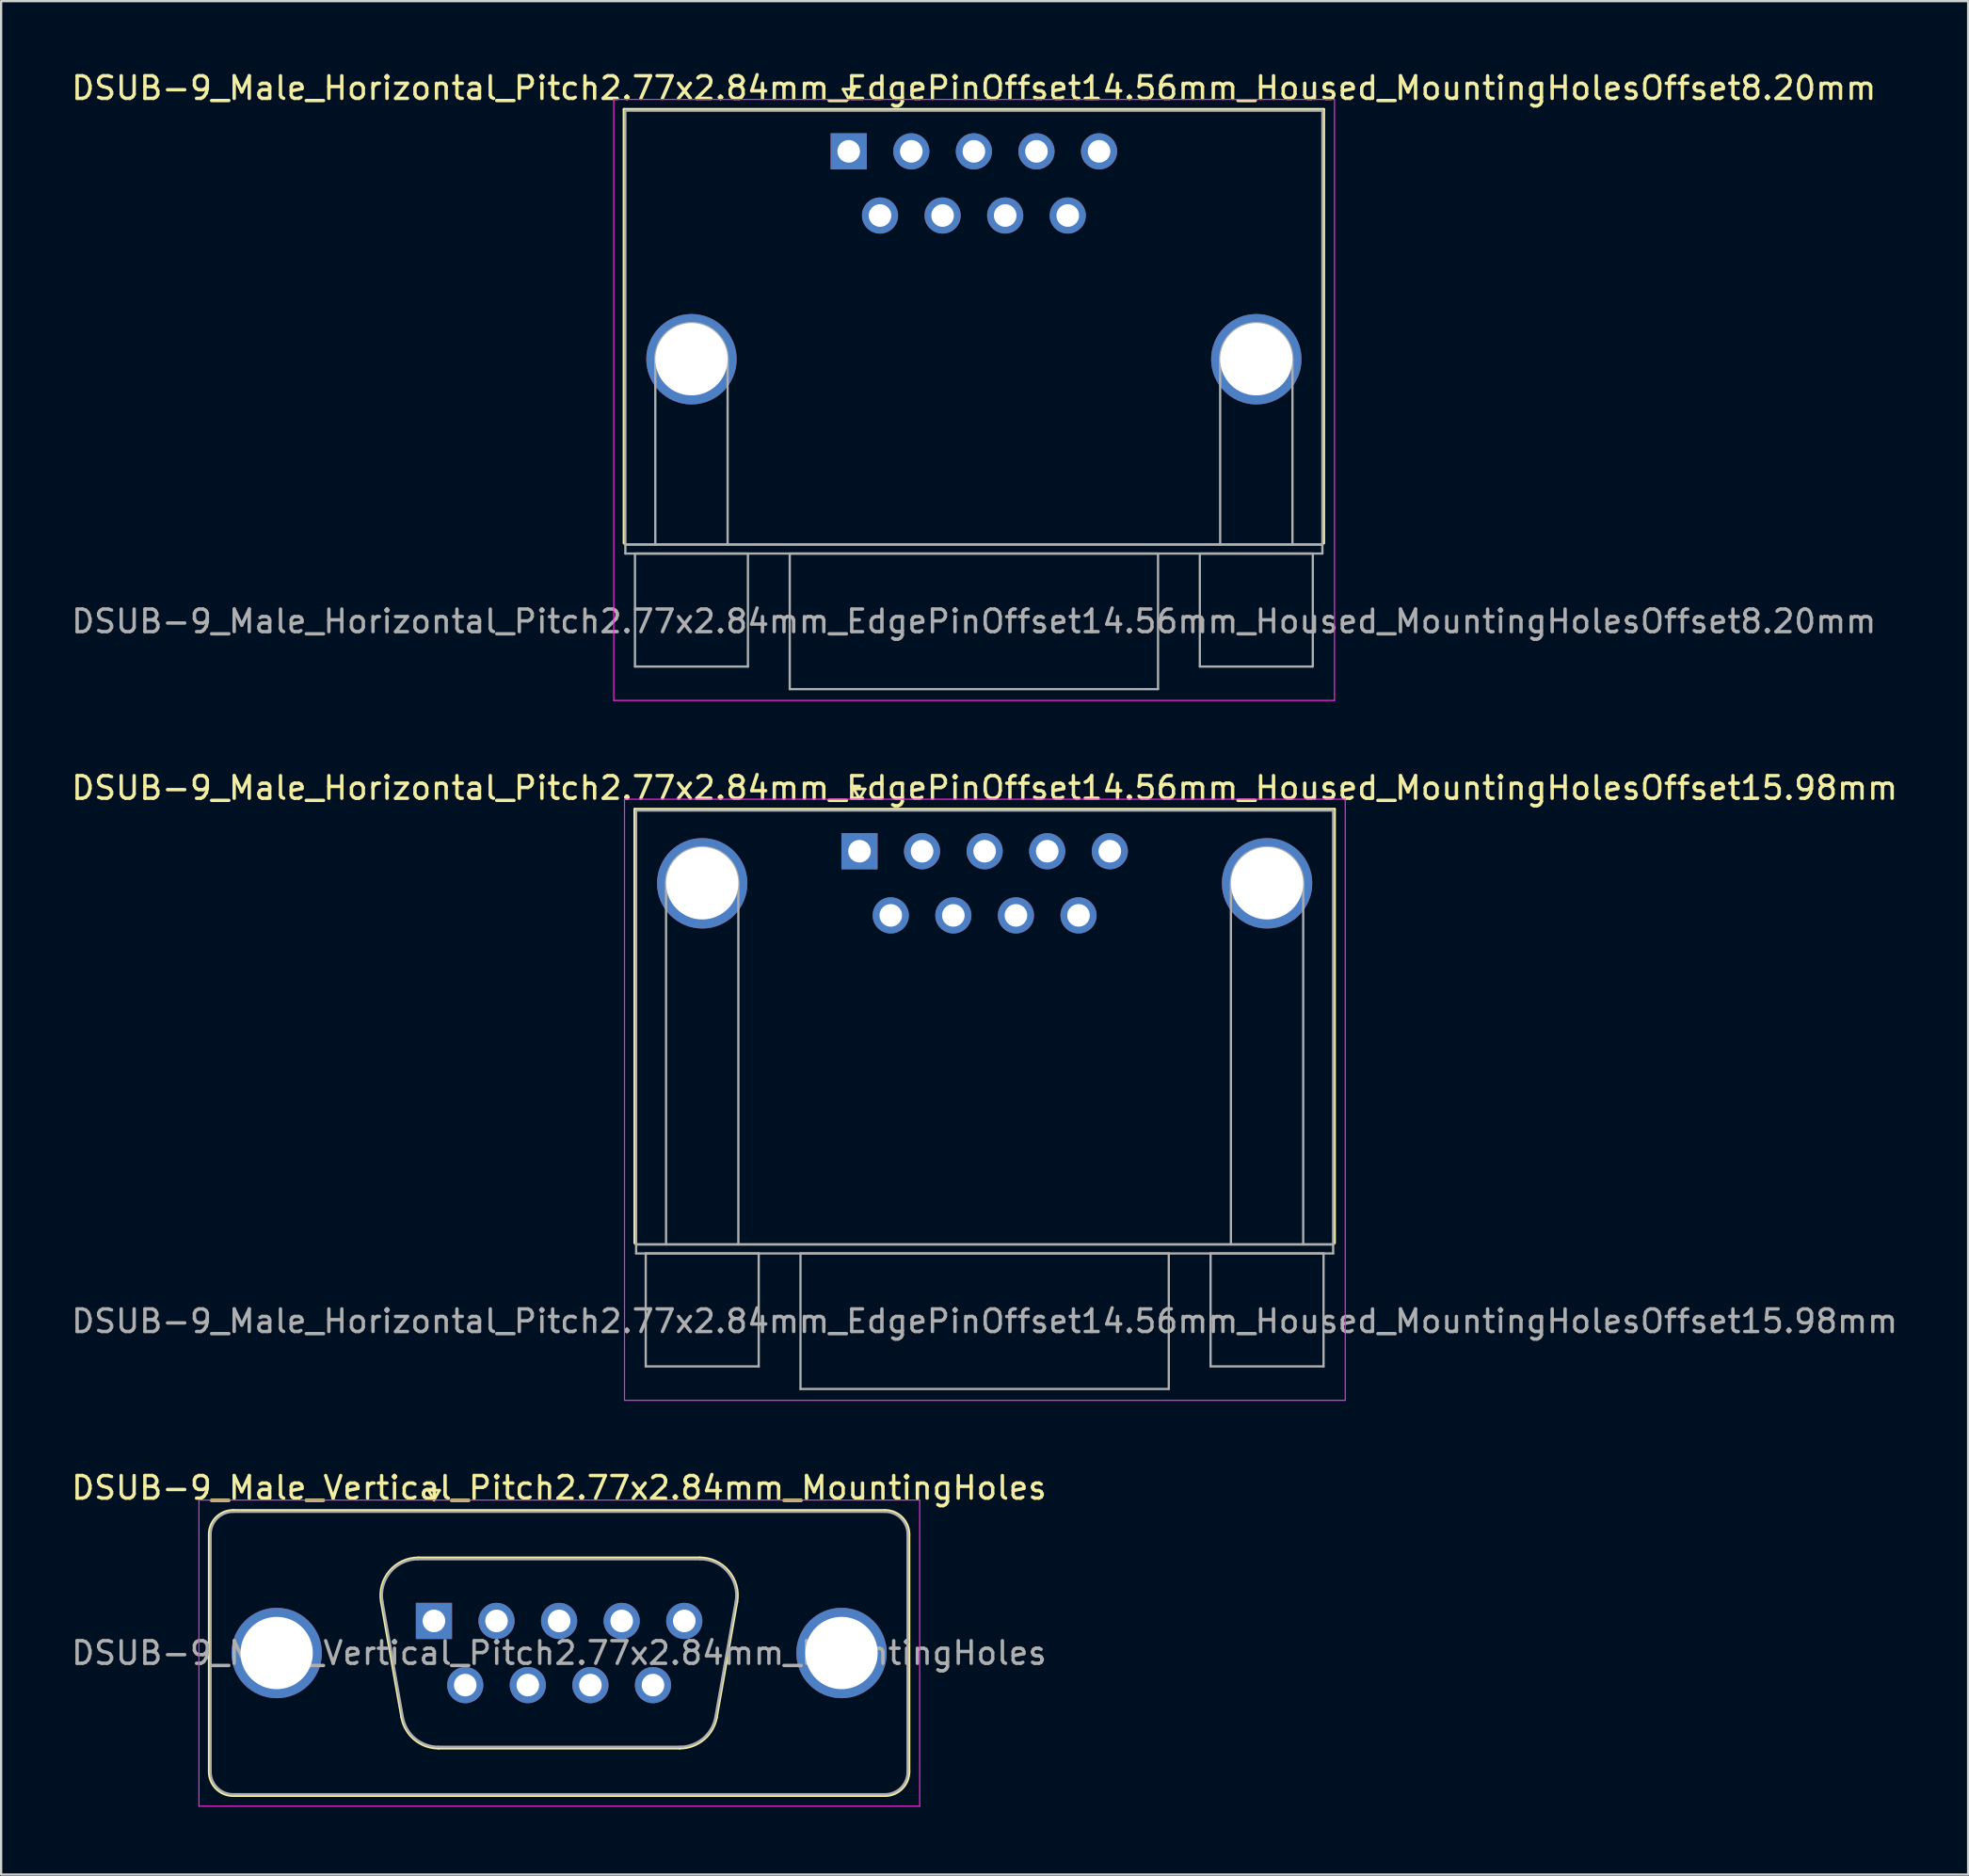
<source format=kicad_pcb>
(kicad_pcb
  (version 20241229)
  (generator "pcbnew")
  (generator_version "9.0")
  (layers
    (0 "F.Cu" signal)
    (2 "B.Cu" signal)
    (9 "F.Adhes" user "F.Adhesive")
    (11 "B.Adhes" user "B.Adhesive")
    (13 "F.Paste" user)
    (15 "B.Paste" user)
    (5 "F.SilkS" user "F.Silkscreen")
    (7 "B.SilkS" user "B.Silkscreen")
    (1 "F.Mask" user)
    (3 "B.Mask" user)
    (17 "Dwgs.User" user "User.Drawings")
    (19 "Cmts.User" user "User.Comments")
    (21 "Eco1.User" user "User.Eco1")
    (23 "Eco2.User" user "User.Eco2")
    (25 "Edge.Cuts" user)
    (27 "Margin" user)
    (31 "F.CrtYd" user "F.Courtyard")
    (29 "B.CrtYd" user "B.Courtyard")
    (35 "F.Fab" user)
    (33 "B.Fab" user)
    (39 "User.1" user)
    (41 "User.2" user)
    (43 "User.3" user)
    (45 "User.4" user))
  (footprint "DSUB-9_Male_Horizontal_Pitch2.77x2.84mm_EdgePinOffset14.56mm_Housed_MountingHolesOffset8.20mm"
    (layer "F.Cu")
    (at 34.514 3.648)
    (property "Reference" "DSUB-9_Male_Horizontal_Pitch2.77x2.84mm_EdgePinOffset14.56mm_Housed_MountingHolesOffset8.20mm" (at 5.54 -2.8 0) (layer "F.SilkS") (effects (font (size 1 1) (thickness 0.15))))
    (attr through_hole)
    (fp_line (start -9.945 -1.86) (end 21.025 -1.86) (stroke (width 0.12) (type solid)) (layer "F.SilkS"))
    (fp_line (start -9.945 17.34) (end -9.945 -1.86) (stroke (width 0.12) (type solid)) (layer "F.SilkS"))
    (fp_line (start -0.25 -2.754) (end 0.25 -2.754) (stroke (width 0.12) (type solid)) (layer "F.SilkS"))
    (fp_line (start 0 -2.321) (end -0.25 -2.754) (stroke (width 0.12) (type solid)) (layer "F.SilkS"))
    (fp_line (start 0.25 -2.754) (end 0 -2.321) (stroke (width 0.12) (type solid)) (layer "F.SilkS"))
    (fp_line (start 21.025 -1.86) (end 21.025 17.34) (stroke (width 0.12) (type solid)) (layer "F.SilkS"))
    (fp_line (start -10.4 -2.3) (end -10.4 24.3) (stroke (width 0.05) (type solid)) (layer "F.CrtYd"))
    (fp_line (start -10.4 24.3) (end 21.5 24.3) (stroke (width 0.05) (type solid)) (layer "F.CrtYd"))
    (fp_line (start 21.5 -2.3) (end -10.4 -2.3) (stroke (width 0.05) (type solid)) (layer "F.CrtYd"))
    (fp_line (start 21.5 24.3) (end 21.5 -2.3) (stroke (width 0.05) (type solid)) (layer "F.CrtYd"))
    (fp_line (start -9.885 -1.8) (end -9.885 17.4) (stroke (width 0.1) (type solid)) (layer "F.Fab"))
    (fp_line (start -9.885 17.4) (end -9.885 17.8) (stroke (width 0.1) (type solid)) (layer "F.Fab"))
    (fp_line (start -9.885 17.4) (end 20.965 17.4) (stroke (width 0.1) (type solid)) (layer "F.Fab"))
    (fp_line (start -9.885 17.8) (end 20.965 17.8) (stroke (width 0.1) (type solid)) (layer "F.Fab"))
    (fp_line (start -9.46 17.8) (end -9.46 22.8) (stroke (width 0.1) (type solid)) (layer "F.Fab"))
    (fp_line (start -9.46 22.8) (end -4.46 22.8) (stroke (width 0.1) (type solid)) (layer "F.Fab"))
    (fp_line (start -8.56 17.4) (end -8.56 9.2) (stroke (width 0.1) (type solid)) (layer "F.Fab"))
    (fp_line (start -5.36 17.4) (end -5.36 9.2) (stroke (width 0.1) (type solid)) (layer "F.Fab"))
    (fp_line (start -4.46 17.8) (end -9.46 17.8) (stroke (width 0.1) (type solid)) (layer "F.Fab"))
    (fp_line (start -4.46 22.8) (end -4.46 17.8) (stroke (width 0.1) (type solid)) (layer "F.Fab"))
    (fp_line (start -2.61 17.8) (end -2.61 23.8) (stroke (width 0.1) (type solid)) (layer "F.Fab"))
    (fp_line (start -2.61 23.8) (end 13.69 23.8) (stroke (width 0.1) (type solid)) (layer "F.Fab"))
    (fp_line (start 13.69 17.8) (end -2.61 17.8) (stroke (width 0.1) (type solid)) (layer "F.Fab"))
    (fp_line (start 13.69 23.8) (end 13.69 17.8) (stroke (width 0.1) (type solid)) (layer "F.Fab"))
    (fp_line (start 15.54 17.8) (end 15.54 22.8) (stroke (width 0.1) (type solid)) (layer "F.Fab"))
    (fp_line (start 15.54 22.8) (end 20.54 22.8) (stroke (width 0.1) (type solid)) (layer "F.Fab"))
    (fp_line (start 16.44 17.4) (end 16.44 9.2) (stroke (width 0.1) (type solid)) (layer "F.Fab"))
    (fp_line (start 19.64 17.4) (end 19.64 9.2) (stroke (width 0.1) (type solid)) (layer "F.Fab"))
    (fp_line (start 20.54 17.8) (end 15.54 17.8) (stroke (width 0.1) (type solid)) (layer "F.Fab"))
    (fp_line (start 20.54 22.8) (end 20.54 17.8) (stroke (width 0.1) (type solid)) (layer "F.Fab"))
    (fp_line (start 20.965 -1.8) (end -9.885 -1.8) (stroke (width 0.1) (type solid)) (layer "F.Fab"))
    (fp_line (start 20.965 17.4) (end -9.885 17.4) (stroke (width 0.1) (type solid)) (layer "F.Fab"))
    (fp_line (start 20.965 17.4) (end 20.965 -1.8) (stroke (width 0.1) (type solid)) (layer "F.Fab"))
    (fp_line (start 20.965 17.8) (end 20.965 17.4) (stroke (width 0.1) (type solid)) (layer "F.Fab"))
    (fp_arc (start -8.56 9.2) (mid -6.96 7.6) (end -5.36 9.2) (stroke (width 0.1) (type solid)) (layer "F.Fab"))
    (fp_arc (start 16.44 9.2) (mid 18.04 7.6) (end 19.64 9.2) (stroke (width 0.1) (type solid)) (layer "F.Fab"))
    (fp_text user "${REFERENCE}" (at 5.54 20.8 0) (layer "F.Fab") (effects (font (size 1 1) (thickness 0.15))))
    (pad "0" thru_hole circle (at -6.96 9.2) (size 4 4) (drill 3.2) (layers "*.Cu" "*.Mask"))
    (pad "0" thru_hole circle (at 18.04 9.2) (size 4 4) (drill 3.2) (layers "*.Cu" "*.Mask"))
    (pad "1" thru_hole rect (at 0 0) (size 1.6 1.6) (drill 1) (layers "*.Cu" "*.Mask"))
    (pad "2" thru_hole circle (at 2.77 0) (size 1.6 1.6) (drill 1) (layers "*.Cu" "*.Mask"))
    (pad "3" thru_hole circle (at 5.54 0) (size 1.6 1.6) (drill 1) (layers "*.Cu" "*.Mask"))
    (pad "4" thru_hole circle (at 8.31 0) (size 1.6 1.6) (drill 1) (layers "*.Cu" "*.Mask"))
    (pad "5" thru_hole circle (at 11.08 0) (size 1.6 1.6) (drill 1) (layers "*.Cu" "*.Mask"))
    (pad "6" thru_hole circle (at 1.385 2.84) (size 1.6 1.6) (drill 1) (layers "*.Cu" "*.Mask"))
    (pad "7" thru_hole circle (at 4.155 2.84) (size 1.6 1.6) (drill 1) (layers "*.Cu" "*.Mask"))
    (pad "8" thru_hole circle (at 6.925 2.84) (size 1.6 1.6) (drill 1) (layers "*.Cu" "*.Mask"))
    (pad "9" thru_hole circle (at 9.695 2.84) (size 1.6 1.6) (drill 1) (layers "*.Cu" "*.Mask")))
  (footprint "DSUB-9_Male_Vertical_Pitch2.77x2.84mm_MountingHoles"
    (layer "F.Cu")
    (at 16.156 68.685)
    (property "Reference" "DSUB-9_Male_Vertical_Pitch2.77x2.84mm_MountingHoles" (at 5.54 -5.89 0) (layer "F.SilkS") (effects (font (size 1 1) (thickness 0.15))))
    (attr through_hole)
    (fp_line (start -9.945 6.67) (end -9.945 -3.83) (stroke (width 0.12) (type solid)) (layer "F.SilkS"))
    (fp_line (start -8.885 -4.89) (end 19.965 -4.89) (stroke (width 0.12) (type solid)) (layer "F.SilkS"))
    (fp_line (start -2.326 -0.842) (end -1.427 4.258) (stroke (width 0.12) (type solid)) (layer "F.SilkS"))
    (fp_line (start -0.692 -2.79) (end 11.772 -2.79) (stroke (width 0.12) (type solid)) (layer "F.SilkS"))
    (fp_line (start -0.25 -5.784) (end 0.25 -5.784) (stroke (width 0.12) (type solid)) (layer "F.SilkS"))
    (fp_line (start 0 -5.351) (end -0.25 -5.784) (stroke (width 0.12) (type solid)) (layer "F.SilkS"))
    (fp_line (start 0.208 5.63) (end 10.872 5.63) (stroke (width 0.12) (type solid)) (layer "F.SilkS"))
    (fp_line (start 0.25 -5.784) (end 0 -5.351) (stroke (width 0.12) (type solid)) (layer "F.SilkS"))
    (fp_line (start 13.406 -0.842) (end 12.507 4.258) (stroke (width 0.12) (type solid)) (layer "F.SilkS"))
    (fp_line (start 19.965 7.73) (end -8.885 7.73) (stroke (width 0.12) (type solid)) (layer "F.SilkS"))
    (fp_line (start 21.025 -3.83) (end 21.025 6.67) (stroke (width 0.12) (type solid)) (layer "F.SilkS"))
    (fp_arc (start -9.945 -3.83) (mid -9.634533 -4.579533) (end -8.885 -4.89) (stroke (width 0.12) (type solid)) (layer "F.SilkS"))
    (fp_arc (start -8.885 7.73) (mid -9.634533 7.419533) (end -9.945 6.67) (stroke (width 0.12) (type solid)) (layer "F.SilkS"))
    (fp_arc (start -2.32647 -0.841744) (mid -1.963323 -2.197028) (end -0.691689 -2.79) (stroke (width 0.12) (type solid)) (layer "F.SilkS"))
    (fp_arc (start 0.207579 5.63) (mid -0.859448 5.241634) (end -1.427202 4.258256) (stroke (width 0.12) (type solid)) (layer "F.SilkS"))
    (fp_arc (start 11.771689 -2.79) (mid 13.043323 -2.197027) (end 13.40647 -0.841744) (stroke (width 0.12) (type solid)) (layer "F.SilkS"))
    (fp_arc (start 12.507202 4.258256) (mid 11.939449 5.241634) (end 10.872421 5.63) (stroke (width 0.12) (type solid)) (layer "F.SilkS"))
    (fp_arc (start 19.965 -4.89) (mid 20.714533 -4.579533) (end 21.025 -3.83) (stroke (width 0.12) (type solid)) (layer "F.SilkS"))
    (fp_arc (start 21.025 6.67) (mid 20.714533 7.419533) (end 19.965 7.73) (stroke (width 0.12) (type solid)) (layer "F.SilkS"))
    (fp_line (start -10.4 -5.35) (end -10.4 8.2) (stroke (width 0.05) (type solid)) (layer "F.CrtYd"))
    (fp_line (start -10.4 8.2) (end 21.5 8.2) (stroke (width 0.05) (type solid)) (layer "F.CrtYd"))
    (fp_line (start 21.5 -5.35) (end -10.4 -5.35) (stroke (width 0.05) (type solid)) (layer "F.CrtYd"))
    (fp_line (start 21.5 8.2) (end 21.5 -5.35) (stroke (width 0.05) (type solid)) (layer "F.CrtYd"))
    (fp_line (start -9.885 6.67) (end -9.885 -3.83) (stroke (width 0.1) (type solid)) (layer "F.Fab"))
    (fp_line (start -8.885 -4.83) (end 19.965 -4.83) (stroke (width 0.1) (type solid)) (layer "F.Fab"))
    (fp_line (start -2.279 -0.852) (end -1.38 4.248) (stroke (width 0.1) (type solid)) (layer "F.Fab"))
    (fp_line (start -0.703 -2.73) (end 11.783 -2.73) (stroke (width 0.1) (type solid)) (layer "F.Fab"))
    (fp_line (start 0.196 5.57) (end 10.884 5.57) (stroke (width 0.1) (type solid)) (layer "F.Fab"))
    (fp_line (start 13.359 -0.852) (end 12.46 4.248) (stroke (width 0.1) (type solid)) (layer "F.Fab"))
    (fp_line (start 19.965 7.67) (end -8.885 7.67) (stroke (width 0.1) (type solid)) (layer "F.Fab"))
    (fp_line (start 20.965 -3.83) (end 20.965 6.67) (stroke (width 0.1) (type solid)) (layer "F.Fab"))
    (fp_arc (start -9.885 -3.83) (mid -9.592107 -4.537107) (end -8.885 -4.83) (stroke (width 0.1) (type solid)) (layer "F.Fab"))
    (fp_arc (start -8.885 7.67) (mid -9.592107 7.377107) (end -9.885 6.67) (stroke (width 0.1) (type solid)) (layer "F.Fab"))
    (fp_arc (start -2.278886 -0.852163) (mid -1.928865 -2.15846) (end -0.703194 -2.73) (stroke (width 0.1) (type solid)) (layer "F.Fab"))
    (fp_arc (start 0.196073 5.57) (mid -0.832387 5.195671) (end -1.379619 4.247837) (stroke (width 0.1) (type solid)) (layer "F.Fab"))
    (fp_arc (start 11.783194 -2.73) (mid 13.008865 -2.15846) (end 13.358886 -0.852163) (stroke (width 0.1) (type solid)) (layer "F.Fab"))
    (fp_arc (start 12.459619 4.247837) (mid 11.912387 5.195671) (end 10.883927 5.57) (stroke (width 0.1) (type solid)) (layer "F.Fab"))
    (fp_arc (start 19.965 -4.83) (mid 20.672107 -4.537107) (end 20.965 -3.83) (stroke (width 0.1) (type solid)) (layer "F.Fab"))
    (fp_arc (start 20.965 6.67) (mid 20.672107 7.377107) (end 19.965 7.67) (stroke (width 0.1) (type solid)) (layer "F.Fab"))
    (fp_text user "${REFERENCE}" (at 5.54 1.42 0) (layer "F.Fab") (effects (font (size 1 1) (thickness 0.15))))
    (pad "0" thru_hole circle (at -6.96 1.42) (size 4 4) (drill 3.2) (layers "*.Cu" "*.Mask"))
    (pad "0" thru_hole circle (at 18.04 1.42) (size 4 4) (drill 3.2) (layers "*.Cu" "*.Mask"))
    (pad "1" thru_hole rect (at 0 0) (size 1.6 1.6) (drill 1) (layers "*.Cu" "*.Mask"))
    (pad "2" thru_hole circle (at 2.77 0) (size 1.6 1.6) (drill 1) (layers "*.Cu" "*.Mask"))
    (pad "3" thru_hole circle (at 5.54 0) (size 1.6 1.6) (drill 1) (layers "*.Cu" "*.Mask"))
    (pad "4" thru_hole circle (at 8.31 0) (size 1.6 1.6) (drill 1) (layers "*.Cu" "*.Mask"))
    (pad "5" thru_hole circle (at 11.08 0) (size 1.6 1.6) (drill 1) (layers "*.Cu" "*.Mask"))
    (pad "6" thru_hole circle (at 1.385 2.84) (size 1.6 1.6) (drill 1) (layers "*.Cu" "*.Mask"))
    (pad "7" thru_hole circle (at 4.155 2.84) (size 1.6 1.6) (drill 1) (layers "*.Cu" "*.Mask"))
    (pad "8" thru_hole circle (at 6.925 2.84) (size 1.6 1.6) (drill 1) (layers "*.Cu" "*.Mask"))
    (pad "9" thru_hole circle (at 9.695 2.84) (size 1.6 1.6) (drill 1) (layers "*.Cu" "*.Mask")))
  (footprint "DSUB-9_Male_Horizontal_Pitch2.77x2.84mm_EdgePinOffset14.56mm_Housed_MountingHolesOffset15.98mm"
    (layer "F.Cu")
    (at 34.99 34.621)
    (property "Reference" "DSUB-9_Male_Horizontal_Pitch2.77x2.84mm_EdgePinOffset14.56mm_Housed_MountingHolesOffset15.98mm" (at 5.54 -2.8 0) (layer "F.SilkS") (effects (font (size 1 1) (thickness 0.15))))
    (attr through_hole)
    (fp_line (start -9.945 -1.86) (end 21.025 -1.86) (stroke (width 0.12) (type solid)) (layer "F.SilkS"))
    (fp_line (start -9.945 17.34) (end -9.945 -1.86) (stroke (width 0.12) (type solid)) (layer "F.SilkS"))
    (fp_line (start -0.25 -2.754) (end 0.25 -2.754) (stroke (width 0.12) (type solid)) (layer "F.SilkS"))
    (fp_line (start 0 -2.321) (end -0.25 -2.754) (stroke (width 0.12) (type solid)) (layer "F.SilkS"))
    (fp_line (start 0.25 -2.754) (end 0 -2.321) (stroke (width 0.12) (type solid)) (layer "F.SilkS"))
    (fp_line (start 21.025 -1.86) (end 21.025 17.34) (stroke (width 0.12) (type solid)) (layer "F.SilkS"))
    (fp_line (start -10.4 -2.3) (end -10.4 24.3) (stroke (width 0.05) (type solid)) (layer "F.CrtYd"))
    (fp_line (start -10.4 24.3) (end 21.5 24.3) (stroke (width 0.05) (type solid)) (layer "F.CrtYd"))
    (fp_line (start 21.5 -2.3) (end -10.4 -2.3) (stroke (width 0.05) (type solid)) (layer "F.CrtYd"))
    (fp_line (start 21.5 24.3) (end 21.5 -2.3) (stroke (width 0.05) (type solid)) (layer "F.CrtYd"))
    (fp_line (start -9.885 -1.8) (end -9.885 17.4) (stroke (width 0.1) (type solid)) (layer "F.Fab"))
    (fp_line (start -9.885 17.4) (end -9.885 17.8) (stroke (width 0.1) (type solid)) (layer "F.Fab"))
    (fp_line (start -9.885 17.4) (end 20.965 17.4) (stroke (width 0.1) (type solid)) (layer "F.Fab"))
    (fp_line (start -9.885 17.8) (end 20.965 17.8) (stroke (width 0.1) (type solid)) (layer "F.Fab"))
    (fp_line (start -9.46 17.8) (end -9.46 22.8) (stroke (width 0.1) (type solid)) (layer "F.Fab"))
    (fp_line (start -9.46 22.8) (end -4.46 22.8) (stroke (width 0.1) (type solid)) (layer "F.Fab"))
    (fp_line (start -8.56 17.4) (end -8.56 1.42) (stroke (width 0.1) (type solid)) (layer "F.Fab"))
    (fp_line (start -5.36 17.4) (end -5.36 1.42) (stroke (width 0.1) (type solid)) (layer "F.Fab"))
    (fp_line (start -4.46 17.8) (end -9.46 17.8) (stroke (width 0.1) (type solid)) (layer "F.Fab"))
    (fp_line (start -4.46 22.8) (end -4.46 17.8) (stroke (width 0.1) (type solid)) (layer "F.Fab"))
    (fp_line (start -2.61 17.8) (end -2.61 23.8) (stroke (width 0.1) (type solid)) (layer "F.Fab"))
    (fp_line (start -2.61 23.8) (end 13.69 23.8) (stroke (width 0.1) (type solid)) (layer "F.Fab"))
    (fp_line (start 13.69 17.8) (end -2.61 17.8) (stroke (width 0.1) (type solid)) (layer "F.Fab"))
    (fp_line (start 13.69 23.8) (end 13.69 17.8) (stroke (width 0.1) (type solid)) (layer "F.Fab"))
    (fp_line (start 15.54 17.8) (end 15.54 22.8) (stroke (width 0.1) (type solid)) (layer "F.Fab"))
    (fp_line (start 15.54 22.8) (end 20.54 22.8) (stroke (width 0.1) (type solid)) (layer "F.Fab"))
    (fp_line (start 16.44 17.4) (end 16.44 1.42) (stroke (width 0.1) (type solid)) (layer "F.Fab"))
    (fp_line (start 19.64 17.4) (end 19.64 1.42) (stroke (width 0.1) (type solid)) (layer "F.Fab"))
    (fp_line (start 20.54 17.8) (end 15.54 17.8) (stroke (width 0.1) (type solid)) (layer "F.Fab"))
    (fp_line (start 20.54 22.8) (end 20.54 17.8) (stroke (width 0.1) (type solid)) (layer "F.Fab"))
    (fp_line (start 20.965 -1.8) (end -9.885 -1.8) (stroke (width 0.1) (type solid)) (layer "F.Fab"))
    (fp_line (start 20.965 17.4) (end -9.885 17.4) (stroke (width 0.1) (type solid)) (layer "F.Fab"))
    (fp_line (start 20.965 17.4) (end 20.965 -1.8) (stroke (width 0.1) (type solid)) (layer "F.Fab"))
    (fp_line (start 20.965 17.8) (end 20.965 17.4) (stroke (width 0.1) (type solid)) (layer "F.Fab"))
    (fp_arc (start -8.56 1.42) (mid -6.96 -0.18) (end -5.36 1.42) (stroke (width 0.1) (type solid)) (layer "F.Fab"))
    (fp_arc (start 16.44 1.42) (mid 18.04 -0.18) (end 19.64 1.42) (stroke (width 0.1) (type solid)) (layer "F.Fab"))
    (fp_text user "${REFERENCE}" (at 5.54 20.8 0) (layer "F.Fab") (effects (font (size 1 1) (thickness 0.15))))
    (pad "0" thru_hole circle (at -6.96 1.42) (size 4 4) (drill 3.2) (layers "*.Cu" "*.Mask"))
    (pad "0" thru_hole circle (at 18.04 1.42) (size 4 4) (drill 3.2) (layers "*.Cu" "*.Mask"))
    (pad "1" thru_hole rect (at 0 0) (size 1.6 1.6) (drill 1) (layers "*.Cu" "*.Mask"))
    (pad "2" thru_hole circle (at 2.77 0) (size 1.6 1.6) (drill 1) (layers "*.Cu" "*.Mask"))
    (pad "3" thru_hole circle (at 5.54 0) (size 1.6 1.6) (drill 1) (layers "*.Cu" "*.Mask"))
    (pad "4" thru_hole circle (at 8.31 0) (size 1.6 1.6) (drill 1) (layers "*.Cu" "*.Mask"))
    (pad "5" thru_hole circle (at 11.08 0) (size 1.6 1.6) (drill 1) (layers "*.Cu" "*.Mask"))
    (pad "6" thru_hole circle (at 1.385 2.84) (size 1.6 1.6) (drill 1) (layers "*.Cu" "*.Mask"))
    (pad "7" thru_hole circle (at 4.155 2.84) (size 1.6 1.6) (drill 1) (layers "*.Cu" "*.Mask"))
    (pad "8" thru_hole circle (at 6.925 2.84) (size 1.6 1.6) (drill 1) (layers "*.Cu" "*.Mask"))
    (pad "9" thru_hole circle (at 9.695 2.84) (size 1.6 1.6) (drill 1) (layers "*.Cu" "*.Mask")))
  (gr_rect
    (start -3 -3)
    (end 84.06 79.91)
    (stroke (width 0.1) (type default))
    (fill no)
    (layer "Edge.Cuts")))
</source>
